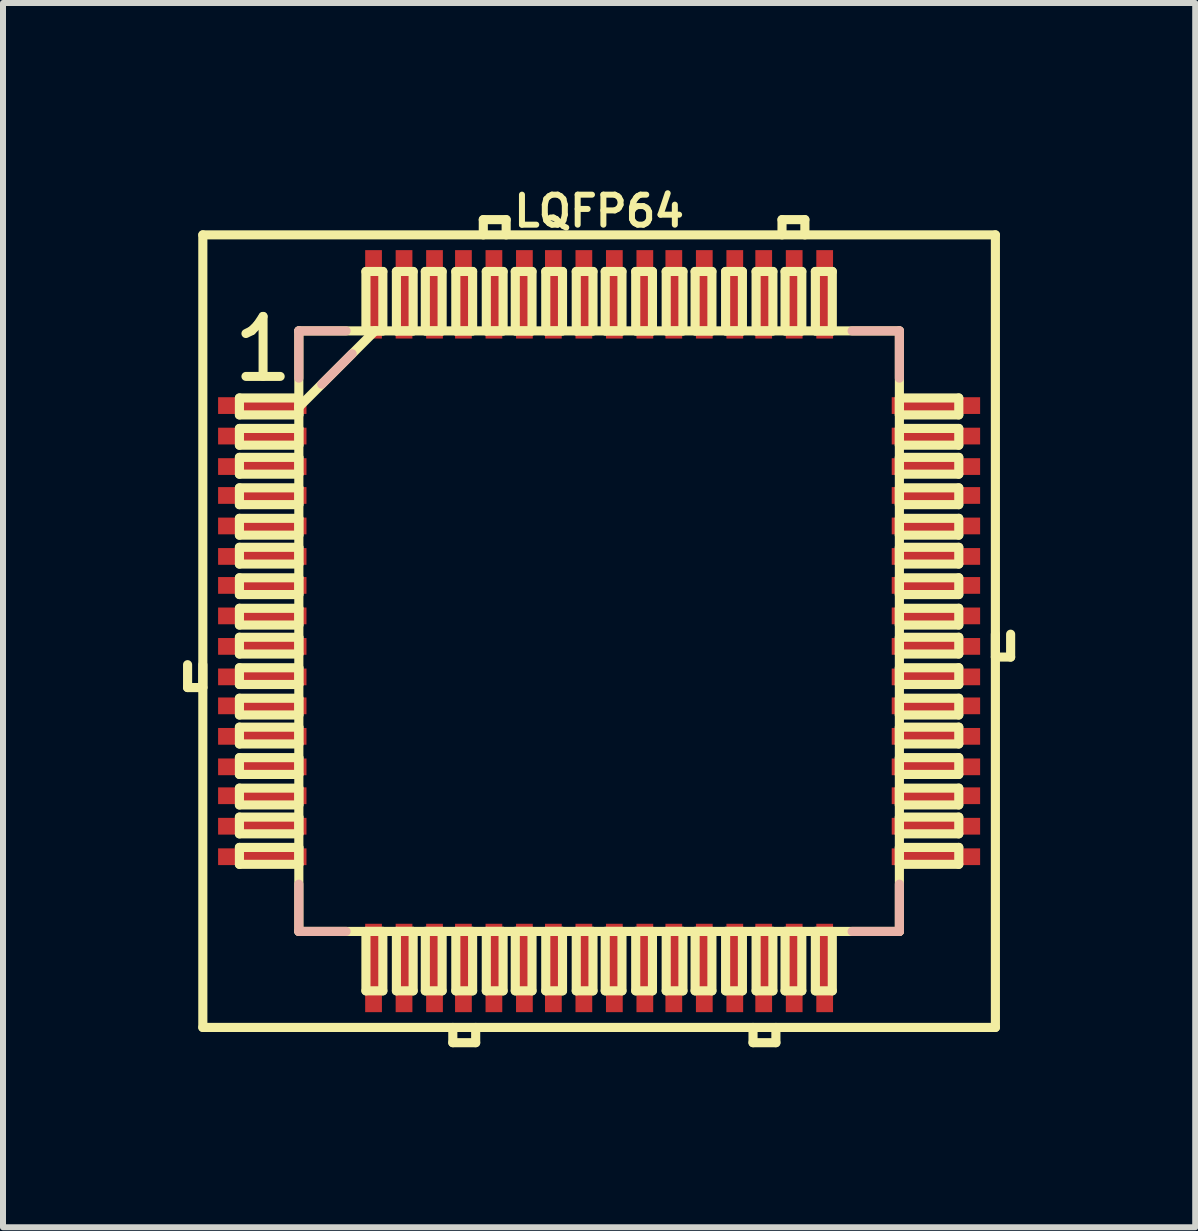
<source format=kicad_pcb>
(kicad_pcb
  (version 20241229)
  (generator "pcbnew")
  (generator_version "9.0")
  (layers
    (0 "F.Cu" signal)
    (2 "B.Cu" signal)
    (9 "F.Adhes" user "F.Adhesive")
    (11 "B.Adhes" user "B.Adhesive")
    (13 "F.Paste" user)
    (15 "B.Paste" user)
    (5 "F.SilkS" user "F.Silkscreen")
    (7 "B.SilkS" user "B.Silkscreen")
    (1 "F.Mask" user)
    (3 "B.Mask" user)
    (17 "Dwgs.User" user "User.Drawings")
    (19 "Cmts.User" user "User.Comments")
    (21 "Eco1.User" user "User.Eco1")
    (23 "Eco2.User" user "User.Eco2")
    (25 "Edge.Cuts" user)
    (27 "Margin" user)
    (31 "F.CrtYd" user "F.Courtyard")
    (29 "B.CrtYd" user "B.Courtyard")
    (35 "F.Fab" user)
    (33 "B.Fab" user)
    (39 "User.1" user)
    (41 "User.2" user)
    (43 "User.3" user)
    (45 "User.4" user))
  (footprint "LQFP64"
    (layer "F.Cu")
    (at 6.934 7.468)
    (property "Reference" "LQFP64" (at 0 -7 0) (layer "F.SilkS") (effects (font (size 0.5 0.5) (thickness 0.1))))
    (attr smd)
    (fp_line (start -6.858 0.559) (end -6.858 0.94) (stroke (width 0.152) (type solid)) (layer "F.SilkS"))
    (fp_line (start -6.858 0.94) (end -6.604 0.94) (stroke (width 0.152) (type solid)) (layer "F.SilkS"))
    (fp_line (start -6.604 -6.604) (end 6.604 -6.604) (stroke (width 0.152) (type solid)) (layer "F.SilkS"))
    (fp_line (start -6.604 0.94) (end -6.604 0.559) (stroke (width 0.152) (type solid)) (layer "F.SilkS"))
    (fp_line (start -6.604 6.604) (end -6.604 -6.604) (stroke (width 0.152) (type solid)) (layer "F.SilkS"))
    (fp_line (start -5.994 -3.886) (end -5.994 -3.604) (stroke (width 0.152) (type solid)) (layer "F.SilkS"))
    (fp_line (start -5.994 -3.604) (end -5.004 -3.604) (stroke (width 0.152) (type solid)) (layer "F.SilkS"))
    (fp_line (start -5.994 -3.378) (end -5.994 -3.099) (stroke (width 0.152) (type solid)) (layer "F.SilkS"))
    (fp_line (start -5.994 -3.099) (end -5.004 -3.099) (stroke (width 0.152) (type solid)) (layer "F.SilkS"))
    (fp_line (start -5.994 -2.896) (end -5.994 -2.616) (stroke (width 0.152) (type solid)) (layer "F.SilkS"))
    (fp_line (start -5.994 -2.616) (end -5.004 -2.616) (stroke (width 0.152) (type solid)) (layer "F.SilkS"))
    (fp_line (start -5.994 -2.388) (end -5.994 -2.108) (stroke (width 0.152) (type solid)) (layer "F.SilkS"))
    (fp_line (start -5.994 -2.108) (end -5.004 -2.108) (stroke (width 0.152) (type solid)) (layer "F.SilkS"))
    (fp_line (start -5.994 -1.88) (end -5.994 -1.6) (stroke (width 0.152) (type solid)) (layer "F.SilkS"))
    (fp_line (start -5.994 -1.6) (end -5.004 -1.6) (stroke (width 0.152) (type solid)) (layer "F.SilkS"))
    (fp_line (start -5.994 -1.397) (end -5.994 -1.118) (stroke (width 0.152) (type solid)) (layer "F.SilkS"))
    (fp_line (start -5.994 -1.118) (end -5.004 -1.118) (stroke (width 0.152) (type solid)) (layer "F.SilkS"))
    (fp_line (start -5.994 -0.889) (end -5.994 -0.61) (stroke (width 0.152) (type solid)) (layer "F.SilkS"))
    (fp_line (start -5.994 -0.61) (end -5.004 -0.61) (stroke (width 0.152) (type solid)) (layer "F.SilkS"))
    (fp_line (start -5.994 -0.381) (end -5.994 -0.102) (stroke (width 0.152) (type solid)) (layer "F.SilkS"))
    (fp_line (start -5.994 -0.102) (end -5.004 -0.102) (stroke (width 0.152) (type solid)) (layer "F.SilkS"))
    (fp_line (start -5.994 0.102) (end -5.994 0.381) (stroke (width 0.152) (type solid)) (layer "F.SilkS"))
    (fp_line (start -5.994 0.381) (end -5.004 0.381) (stroke (width 0.152) (type solid)) (layer "F.SilkS"))
    (fp_line (start -5.994 0.61) (end -5.994 0.889) (stroke (width 0.152) (type solid)) (layer "F.SilkS"))
    (fp_line (start -5.994 0.889) (end -5.004 0.889) (stroke (width 0.152) (type solid)) (layer "F.SilkS"))
    (fp_line (start -5.994 1.118) (end -5.994 1.397) (stroke (width 0.152) (type solid)) (layer "F.SilkS"))
    (fp_line (start -5.994 1.397) (end -5.004 1.397) (stroke (width 0.152) (type solid)) (layer "F.SilkS"))
    (fp_line (start -5.994 1.6) (end -5.994 1.88) (stroke (width 0.152) (type solid)) (layer "F.SilkS"))
    (fp_line (start -5.994 1.88) (end -5.004 1.88) (stroke (width 0.152) (type solid)) (layer "F.SilkS"))
    (fp_line (start -5.994 2.108) (end -5.994 2.388) (stroke (width 0.152) (type solid)) (layer "F.SilkS"))
    (fp_line (start -5.994 2.388) (end -5.004 2.388) (stroke (width 0.152) (type solid)) (layer "F.SilkS"))
    (fp_line (start -5.994 2.616) (end -5.994 2.896) (stroke (width 0.152) (type solid)) (layer "F.SilkS"))
    (fp_line (start -5.994 2.896) (end -5.004 2.896) (stroke (width 0.152) (type solid)) (layer "F.SilkS"))
    (fp_line (start -5.994 3.099) (end -5.994 3.378) (stroke (width 0.152) (type solid)) (layer "F.SilkS"))
    (fp_line (start -5.994 3.378) (end -5.004 3.378) (stroke (width 0.152) (type solid)) (layer "F.SilkS"))
    (fp_line (start -5.994 3.604) (end -5.994 3.886) (stroke (width 0.152) (type solid)) (layer "F.SilkS"))
    (fp_line (start -5.994 3.886) (end -5.004 3.886) (stroke (width 0.152) (type solid)) (layer "F.SilkS"))
    (fp_line (start -5.004 -5.004) (end -5.004 5.004) (stroke (width 0.152) (type solid)) (layer "F.SilkS"))
    (fp_line (start -5.004 -3.886) (end -5.994 -3.886) (stroke (width 0.152) (type solid)) (layer "F.SilkS"))
    (fp_line (start -5.004 -3.734) (end -5.004 -3.886) (stroke (width 0.152) (type solid)) (layer "F.SilkS"))
    (fp_line (start -5.004 -3.734) (end -3.734 -5.004) (stroke (width 0.152) (type solid)) (layer "F.SilkS"))
    (fp_line (start -5.004 -3.604) (end -5.004 -3.734) (stroke (width 0.152) (type solid)) (layer "F.SilkS"))
    (fp_line (start -5.004 -3.378) (end -5.994 -3.378) (stroke (width 0.152) (type solid)) (layer "F.SilkS"))
    (fp_line (start -5.004 -3.099) (end -5.004 -3.378) (stroke (width 0.152) (type solid)) (layer "F.SilkS"))
    (fp_line (start -5.004 -2.896) (end -5.994 -2.896) (stroke (width 0.152) (type solid)) (layer "F.SilkS"))
    (fp_line (start -5.004 -2.616) (end -5.004 -2.896) (stroke (width 0.152) (type solid)) (layer "F.SilkS"))
    (fp_line (start -5.004 -2.388) (end -5.994 -2.388) (stroke (width 0.152) (type solid)) (layer "F.SilkS"))
    (fp_line (start -5.004 -2.108) (end -5.004 -2.388) (stroke (width 0.152) (type solid)) (layer "F.SilkS"))
    (fp_line (start -5.004 -1.88) (end -5.994 -1.88) (stroke (width 0.152) (type solid)) (layer "F.SilkS"))
    (fp_line (start -5.004 -1.6) (end -5.004 -1.88) (stroke (width 0.152) (type solid)) (layer "F.SilkS"))
    (fp_line (start -5.004 -1.397) (end -5.994 -1.397) (stroke (width 0.152) (type solid)) (layer "F.SilkS"))
    (fp_line (start -5.004 -1.118) (end -5.004 -1.397) (stroke (width 0.152) (type solid)) (layer "F.SilkS"))
    (fp_line (start -5.004 -0.889) (end -5.994 -0.889) (stroke (width 0.152) (type solid)) (layer "F.SilkS"))
    (fp_line (start -5.004 -0.61) (end -5.004 -0.889) (stroke (width 0.152) (type solid)) (layer "F.SilkS"))
    (fp_line (start -5.004 -0.381) (end -5.994 -0.381) (stroke (width 0.152) (type solid)) (layer "F.SilkS"))
    (fp_line (start -5.004 -0.102) (end -5.004 -0.381) (stroke (width 0.152) (type solid)) (layer "F.SilkS"))
    (fp_line (start -5.004 0.102) (end -5.994 0.102) (stroke (width 0.152) (type solid)) (layer "F.SilkS"))
    (fp_line (start -5.004 0.381) (end -5.004 0.102) (stroke (width 0.152) (type solid)) (layer "F.SilkS"))
    (fp_line (start -5.004 0.61) (end -5.994 0.61) (stroke (width 0.152) (type solid)) (layer "F.SilkS"))
    (fp_line (start -5.004 0.889) (end -5.004 0.61) (stroke (width 0.152) (type solid)) (layer "F.SilkS"))
    (fp_line (start -5.004 1.118) (end -5.994 1.118) (stroke (width 0.152) (type solid)) (layer "F.SilkS"))
    (fp_line (start -5.004 1.397) (end -5.004 1.118) (stroke (width 0.152) (type solid)) (layer "F.SilkS"))
    (fp_line (start -5.004 1.6) (end -5.994 1.6) (stroke (width 0.152) (type solid)) (layer "F.SilkS"))
    (fp_line (start -5.004 1.88) (end -5.004 1.6) (stroke (width 0.152) (type solid)) (layer "F.SilkS"))
    (fp_line (start -5.004 2.108) (end -5.994 2.108) (stroke (width 0.152) (type solid)) (layer "F.SilkS"))
    (fp_line (start -5.004 2.388) (end -5.004 2.108) (stroke (width 0.152) (type solid)) (layer "F.SilkS"))
    (fp_line (start -5.004 2.616) (end -5.994 2.616) (stroke (width 0.152) (type solid)) (layer "F.SilkS"))
    (fp_line (start -5.004 2.896) (end -5.004 2.616) (stroke (width 0.152) (type solid)) (layer "F.SilkS"))
    (fp_line (start -5.004 3.099) (end -5.994 3.099) (stroke (width 0.152) (type solid)) (layer "F.SilkS"))
    (fp_line (start -5.004 3.378) (end -5.004 3.099) (stroke (width 0.152) (type solid)) (layer "F.SilkS"))
    (fp_line (start -5.004 3.604) (end -5.994 3.604) (stroke (width 0.152) (type solid)) (layer "F.SilkS"))
    (fp_line (start -5.004 3.886) (end -5.004 3.604) (stroke (width 0.152) (type solid)) (layer "F.SilkS"))
    (fp_line (start -5.004 5.004) (end 5.004 5.004) (stroke (width 0.152) (type solid)) (layer "F.SilkS"))
    (fp_line (start -3.886 -5.994) (end -3.886 -5.004) (stroke (width 0.152) (type solid)) (layer "F.SilkS"))
    (fp_line (start -3.886 -5.004) (end -3.734 -5.004) (stroke (width 0.152) (type solid)) (layer "F.SilkS"))
    (fp_line (start -3.886 5.004) (end -3.886 5.994) (stroke (width 0.152) (type solid)) (layer "F.SilkS"))
    (fp_line (start -3.886 5.994) (end -3.604 5.994) (stroke (width 0.152) (type solid)) (layer "F.SilkS"))
    (fp_line (start -3.734 -5.004) (end -3.604 -5.004) (stroke (width 0.152) (type solid)) (layer "F.SilkS"))
    (fp_line (start -3.604 -5.994) (end -3.886 -5.994) (stroke (width 0.152) (type solid)) (layer "F.SilkS"))
    (fp_line (start -3.604 -5.004) (end -3.604 -5.994) (stroke (width 0.152) (type solid)) (layer "F.SilkS"))
    (fp_line (start -3.604 5.004) (end -3.886 5.004) (stroke (width 0.152) (type solid)) (layer "F.SilkS"))
    (fp_line (start -3.604 5.994) (end -3.604 5.004) (stroke (width 0.152) (type solid)) (layer "F.SilkS"))
    (fp_line (start -3.378 -5.994) (end -3.378 -5.004) (stroke (width 0.152) (type solid)) (layer "F.SilkS"))
    (fp_line (start -3.378 -5.004) (end -3.099 -5.004) (stroke (width 0.152) (type solid)) (layer "F.SilkS"))
    (fp_line (start -3.378 5.004) (end -3.378 5.994) (stroke (width 0.152) (type solid)) (layer "F.SilkS"))
    (fp_line (start -3.378 5.994) (end -3.099 5.994) (stroke (width 0.152) (type solid)) (layer "F.SilkS"))
    (fp_line (start -3.099 -5.994) (end -3.378 -5.994) (stroke (width 0.152) (type solid)) (layer "F.SilkS"))
    (fp_line (start -3.099 -5.004) (end -3.099 -5.994) (stroke (width 0.152) (type solid)) (layer "F.SilkS"))
    (fp_line (start -3.099 5.004) (end -3.378 5.004) (stroke (width 0.152) (type solid)) (layer "F.SilkS"))
    (fp_line (start -3.099 5.994) (end -3.099 5.004) (stroke (width 0.152) (type solid)) (layer "F.SilkS"))
    (fp_line (start -2.896 -5.994) (end -2.896 -5.004) (stroke (width 0.152) (type solid)) (layer "F.SilkS"))
    (fp_line (start -2.896 -5.004) (end -2.616 -5.004) (stroke (width 0.152) (type solid)) (layer "F.SilkS"))
    (fp_line (start -2.896 5.004) (end -2.896 5.994) (stroke (width 0.152) (type solid)) (layer "F.SilkS"))
    (fp_line (start -2.896 5.994) (end -2.616 5.994) (stroke (width 0.152) (type solid)) (layer "F.SilkS"))
    (fp_line (start -2.616 -5.994) (end -2.896 -5.994) (stroke (width 0.152) (type solid)) (layer "F.SilkS"))
    (fp_line (start -2.616 -5.004) (end -2.616 -5.994) (stroke (width 0.152) (type solid)) (layer "F.SilkS"))
    (fp_line (start -2.616 5.004) (end -2.896 5.004) (stroke (width 0.152) (type solid)) (layer "F.SilkS"))
    (fp_line (start -2.616 5.994) (end -2.616 5.004) (stroke (width 0.152) (type solid)) (layer "F.SilkS"))
    (fp_line (start -2.438 6.604) (end -2.438 6.858) (stroke (width 0.152) (type solid)) (layer "F.SilkS"))
    (fp_line (start -2.438 6.858) (end -2.057 6.858) (stroke (width 0.152) (type solid)) (layer "F.SilkS"))
    (fp_line (start -2.388 -5.994) (end -2.388 -5.004) (stroke (width 0.152) (type solid)) (layer "F.SilkS"))
    (fp_line (start -2.388 -5.004) (end -2.108 -5.004) (stroke (width 0.152) (type solid)) (layer "F.SilkS"))
    (fp_line (start -2.388 5.004) (end -2.388 5.994) (stroke (width 0.152) (type solid)) (layer "F.SilkS"))
    (fp_line (start -2.388 5.994) (end -2.108 5.994) (stroke (width 0.152) (type solid)) (layer "F.SilkS"))
    (fp_line (start -2.108 -5.994) (end -2.388 -5.994) (stroke (width 0.152) (type solid)) (layer "F.SilkS"))
    (fp_line (start -2.108 -5.004) (end -2.108 -5.994) (stroke (width 0.152) (type solid)) (layer "F.SilkS"))
    (fp_line (start -2.108 5.004) (end -2.388 5.004) (stroke (width 0.152) (type solid)) (layer "F.SilkS"))
    (fp_line (start -2.108 5.994) (end -2.108 5.004) (stroke (width 0.152) (type solid)) (layer "F.SilkS"))
    (fp_line (start -2.057 6.858) (end -2.057 6.604) (stroke (width 0.152) (type solid)) (layer "F.SilkS"))
    (fp_line (start -1.93 -6.858) (end -1.549 -6.858) (stroke (width 0.152) (type solid)) (layer "F.SilkS"))
    (fp_line (start -1.93 -6.604) (end -1.93 -6.858) (stroke (width 0.152) (type solid)) (layer "F.SilkS"))
    (fp_line (start -1.88 -5.994) (end -1.88 -5.004) (stroke (width 0.152) (type solid)) (layer "F.SilkS"))
    (fp_line (start -1.88 -5.004) (end -1.6 -5.004) (stroke (width 0.152) (type solid)) (layer "F.SilkS"))
    (fp_line (start -1.88 5.004) (end -1.88 5.994) (stroke (width 0.152) (type solid)) (layer "F.SilkS"))
    (fp_line (start -1.88 5.994) (end -1.6 5.994) (stroke (width 0.152) (type solid)) (layer "F.SilkS"))
    (fp_line (start -1.6 -5.994) (end -1.88 -5.994) (stroke (width 0.152) (type solid)) (layer "F.SilkS"))
    (fp_line (start -1.6 -5.004) (end -1.6 -5.994) (stroke (width 0.152) (type solid)) (layer "F.SilkS"))
    (fp_line (start -1.6 5.004) (end -1.88 5.004) (stroke (width 0.152) (type solid)) (layer "F.SilkS"))
    (fp_line (start -1.6 5.994) (end -1.6 5.004) (stroke (width 0.152) (type solid)) (layer "F.SilkS"))
    (fp_line (start -1.549 -6.858) (end -1.549 -6.604) (stroke (width 0.152) (type solid)) (layer "F.SilkS"))
    (fp_line (start -1.397 -5.994) (end -1.397 -5.004) (stroke (width 0.152) (type solid)) (layer "F.SilkS"))
    (fp_line (start -1.397 -5.004) (end -1.118 -5.004) (stroke (width 0.152) (type solid)) (layer "F.SilkS"))
    (fp_line (start -1.397 5.004) (end -1.397 5.994) (stroke (width 0.152) (type solid)) (layer "F.SilkS"))
    (fp_line (start -1.397 5.994) (end -1.118 5.994) (stroke (width 0.152) (type solid)) (layer "F.SilkS"))
    (fp_line (start -1.118 -5.994) (end -1.397 -5.994) (stroke (width 0.152) (type solid)) (layer "F.SilkS"))
    (fp_line (start -1.118 -5.004) (end -1.118 -5.994) (stroke (width 0.152) (type solid)) (layer "F.SilkS"))
    (fp_line (start -1.118 5.004) (end -1.397 5.004) (stroke (width 0.152) (type solid)) (layer "F.SilkS"))
    (fp_line (start -1.118 5.994) (end -1.118 5.004) (stroke (width 0.152) (type solid)) (layer "F.SilkS"))
    (fp_line (start -0.889 -5.994) (end -0.889 -5.004) (stroke (width 0.152) (type solid)) (layer "F.SilkS"))
    (fp_line (start -0.889 -5.004) (end -0.61 -5.004) (stroke (width 0.152) (type solid)) (layer "F.SilkS"))
    (fp_line (start -0.889 5.004) (end -0.889 5.994) (stroke (width 0.152) (type solid)) (layer "F.SilkS"))
    (fp_line (start -0.889 5.994) (end -0.61 5.994) (stroke (width 0.152) (type solid)) (layer "F.SilkS"))
    (fp_line (start -0.61 -5.994) (end -0.889 -5.994) (stroke (width 0.152) (type solid)) (layer "F.SilkS"))
    (fp_line (start -0.61 -5.004) (end -0.61 -5.994) (stroke (width 0.152) (type solid)) (layer "F.SilkS"))
    (fp_line (start -0.61 5.004) (end -0.889 5.004) (stroke (width 0.152) (type solid)) (layer "F.SilkS"))
    (fp_line (start -0.61 5.994) (end -0.61 5.004) (stroke (width 0.152) (type solid)) (layer "F.SilkS"))
    (fp_line (start -0.381 -5.994) (end -0.381 -5.004) (stroke (width 0.152) (type solid)) (layer "F.SilkS"))
    (fp_line (start -0.381 -5.004) (end -0.102 -5.004) (stroke (width 0.152) (type solid)) (layer "F.SilkS"))
    (fp_line (start -0.381 5.004) (end -0.381 5.994) (stroke (width 0.152) (type solid)) (layer "F.SilkS"))
    (fp_line (start -0.381 5.994) (end -0.102 5.994) (stroke (width 0.152) (type solid)) (layer "F.SilkS"))
    (fp_line (start -0.102 -5.994) (end -0.381 -5.994) (stroke (width 0.152) (type solid)) (layer "F.SilkS"))
    (fp_line (start -0.102 -5.004) (end -0.102 -5.994) (stroke (width 0.152) (type solid)) (layer "F.SilkS"))
    (fp_line (start -0.102 5.004) (end -0.381 5.004) (stroke (width 0.152) (type solid)) (layer "F.SilkS"))
    (fp_line (start -0.102 5.994) (end -0.102 5.004) (stroke (width 0.152) (type solid)) (layer "F.SilkS"))
    (fp_line (start 0.102 -5.994) (end 0.102 -5.004) (stroke (width 0.152) (type solid)) (layer "F.SilkS"))
    (fp_line (start 0.102 -5.004) (end 0.381 -5.004) (stroke (width 0.152) (type solid)) (layer "F.SilkS"))
    (fp_line (start 0.102 5.004) (end 0.102 5.994) (stroke (width 0.152) (type solid)) (layer "F.SilkS"))
    (fp_line (start 0.102 5.994) (end 0.381 5.994) (stroke (width 0.152) (type solid)) (layer "F.SilkS"))
    (fp_line (start 0.381 -5.994) (end 0.102 -5.994) (stroke (width 0.152) (type solid)) (layer "F.SilkS"))
    (fp_line (start 0.381 -5.004) (end 0.381 -5.994) (stroke (width 0.152) (type solid)) (layer "F.SilkS"))
    (fp_line (start 0.381 5.004) (end 0.102 5.004) (stroke (width 0.152) (type solid)) (layer "F.SilkS"))
    (fp_line (start 0.381 5.994) (end 0.381 5.004) (stroke (width 0.152) (type solid)) (layer "F.SilkS"))
    (fp_line (start 0.61 -5.994) (end 0.61 -5.004) (stroke (width 0.152) (type solid)) (layer "F.SilkS"))
    (fp_line (start 0.61 -5.004) (end 0.889 -5.004) (stroke (width 0.152) (type solid)) (layer "F.SilkS"))
    (fp_line (start 0.61 5.004) (end 0.61 5.994) (stroke (width 0.152) (type solid)) (layer "F.SilkS"))
    (fp_line (start 0.61 5.994) (end 0.889 5.994) (stroke (width 0.152) (type solid)) (layer "F.SilkS"))
    (fp_line (start 0.889 -5.994) (end 0.61 -5.994) (stroke (width 0.152) (type solid)) (layer "F.SilkS"))
    (fp_line (start 0.889 -5.004) (end 0.889 -5.994) (stroke (width 0.152) (type solid)) (layer "F.SilkS"))
    (fp_line (start 0.889 5.004) (end 0.61 5.004) (stroke (width 0.152) (type solid)) (layer "F.SilkS"))
    (fp_line (start 0.889 5.994) (end 0.889 5.004) (stroke (width 0.152) (type solid)) (layer "F.SilkS"))
    (fp_line (start 1.118 -5.994) (end 1.118 -5.004) (stroke (width 0.152) (type solid)) (layer "F.SilkS"))
    (fp_line (start 1.118 -5.004) (end 1.397 -5.004) (stroke (width 0.152) (type solid)) (layer "F.SilkS"))
    (fp_line (start 1.118 5.004) (end 1.118 5.994) (stroke (width 0.152) (type solid)) (layer "F.SilkS"))
    (fp_line (start 1.118 5.994) (end 1.397 5.994) (stroke (width 0.152) (type solid)) (layer "F.SilkS"))
    (fp_line (start 1.397 -5.994) (end 1.118 -5.994) (stroke (width 0.152) (type solid)) (layer "F.SilkS"))
    (fp_line (start 1.397 -5.004) (end 1.397 -5.994) (stroke (width 0.152) (type solid)) (layer "F.SilkS"))
    (fp_line (start 1.397 5.004) (end 1.118 5.004) (stroke (width 0.152) (type solid)) (layer "F.SilkS"))
    (fp_line (start 1.397 5.994) (end 1.397 5.004) (stroke (width 0.152) (type solid)) (layer "F.SilkS"))
    (fp_line (start 1.6 -5.994) (end 1.6 -5.004) (stroke (width 0.152) (type solid)) (layer "F.SilkS"))
    (fp_line (start 1.6 -5.004) (end 1.88 -5.004) (stroke (width 0.152) (type solid)) (layer "F.SilkS"))
    (fp_line (start 1.6 5.004) (end 1.6 5.994) (stroke (width 0.152) (type solid)) (layer "F.SilkS"))
    (fp_line (start 1.6 5.994) (end 1.88 5.994) (stroke (width 0.152) (type solid)) (layer "F.SilkS"))
    (fp_line (start 1.88 -5.994) (end 1.6 -5.994) (stroke (width 0.152) (type solid)) (layer "F.SilkS"))
    (fp_line (start 1.88 -5.004) (end 1.88 -5.994) (stroke (width 0.152) (type solid)) (layer "F.SilkS"))
    (fp_line (start 1.88 5.004) (end 1.6 5.004) (stroke (width 0.152) (type solid)) (layer "F.SilkS"))
    (fp_line (start 1.88 5.994) (end 1.88 5.004) (stroke (width 0.152) (type solid)) (layer "F.SilkS"))
    (fp_line (start 2.108 -5.994) (end 2.108 -5.004) (stroke (width 0.152) (type solid)) (layer "F.SilkS"))
    (fp_line (start 2.108 -5.004) (end 2.388 -5.004) (stroke (width 0.152) (type solid)) (layer "F.SilkS"))
    (fp_line (start 2.108 5.004) (end 2.108 5.994) (stroke (width 0.152) (type solid)) (layer "F.SilkS"))
    (fp_line (start 2.108 5.994) (end 2.388 5.994) (stroke (width 0.152) (type solid)) (layer "F.SilkS"))
    (fp_line (start 2.388 -5.994) (end 2.108 -5.994) (stroke (width 0.152) (type solid)) (layer "F.SilkS"))
    (fp_line (start 2.388 -5.004) (end 2.388 -5.994) (stroke (width 0.152) (type solid)) (layer "F.SilkS"))
    (fp_line (start 2.388 5.004) (end 2.108 5.004) (stroke (width 0.152) (type solid)) (layer "F.SilkS"))
    (fp_line (start 2.388 5.994) (end 2.388 5.004) (stroke (width 0.152) (type solid)) (layer "F.SilkS"))
    (fp_line (start 2.565 6.604) (end 2.565 6.858) (stroke (width 0.152) (type solid)) (layer "F.SilkS"))
    (fp_line (start 2.565 6.858) (end 2.946 6.858) (stroke (width 0.152) (type solid)) (layer "F.SilkS"))
    (fp_line (start 2.616 -5.994) (end 2.616 -5.004) (stroke (width 0.152) (type solid)) (layer "F.SilkS"))
    (fp_line (start 2.616 -5.004) (end 2.896 -5.004) (stroke (width 0.152) (type solid)) (layer "F.SilkS"))
    (fp_line (start 2.616 5.004) (end 2.616 5.994) (stroke (width 0.152) (type solid)) (layer "F.SilkS"))
    (fp_line (start 2.616 5.994) (end 2.896 5.994) (stroke (width 0.152) (type solid)) (layer "F.SilkS"))
    (fp_line (start 2.896 -5.994) (end 2.616 -5.994) (stroke (width 0.152) (type solid)) (layer "F.SilkS"))
    (fp_line (start 2.896 -5.004) (end 2.896 -5.994) (stroke (width 0.152) (type solid)) (layer "F.SilkS"))
    (fp_line (start 2.896 5.004) (end 2.616 5.004) (stroke (width 0.152) (type solid)) (layer "F.SilkS"))
    (fp_line (start 2.896 5.994) (end 2.896 5.004) (stroke (width 0.152) (type solid)) (layer "F.SilkS"))
    (fp_line (start 2.946 6.858) (end 2.946 6.604) (stroke (width 0.152) (type solid)) (layer "F.SilkS"))
    (fp_line (start 3.048 -6.858) (end 3.429 -6.858) (stroke (width 0.152) (type solid)) (layer "F.SilkS"))
    (fp_line (start 3.048 -6.604) (end 3.048 -6.858) (stroke (width 0.152) (type solid)) (layer "F.SilkS"))
    (fp_line (start 3.099 -5.994) (end 3.099 -5.004) (stroke (width 0.152) (type solid)) (layer "F.SilkS"))
    (fp_line (start 3.099 -5.004) (end 3.378 -5.004) (stroke (width 0.152) (type solid)) (layer "F.SilkS"))
    (fp_line (start 3.099 5.004) (end 3.099 5.994) (stroke (width 0.152) (type solid)) (layer "F.SilkS"))
    (fp_line (start 3.099 5.994) (end 3.378 5.994) (stroke (width 0.152) (type solid)) (layer "F.SilkS"))
    (fp_line (start 3.378 -5.994) (end 3.099 -5.994) (stroke (width 0.152) (type solid)) (layer "F.SilkS"))
    (fp_line (start 3.378 -5.004) (end 3.378 -5.994) (stroke (width 0.152) (type solid)) (layer "F.SilkS"))
    (fp_line (start 3.378 5.004) (end 3.099 5.004) (stroke (width 0.152) (type solid)) (layer "F.SilkS"))
    (fp_line (start 3.378 5.994) (end 3.378 5.004) (stroke (width 0.152) (type solid)) (layer "F.SilkS"))
    (fp_line (start 3.429 -6.858) (end 3.429 -6.604) (stroke (width 0.152) (type solid)) (layer "F.SilkS"))
    (fp_line (start 3.604 -5.994) (end 3.604 -5.004) (stroke (width 0.152) (type solid)) (layer "F.SilkS"))
    (fp_line (start 3.604 -5.004) (end 3.886 -5.004) (stroke (width 0.152) (type solid)) (layer "F.SilkS"))
    (fp_line (start 3.604 5.004) (end 3.604 5.994) (stroke (width 0.152) (type solid)) (layer "F.SilkS"))
    (fp_line (start 3.604 5.994) (end 3.886 5.994) (stroke (width 0.152) (type solid)) (layer "F.SilkS"))
    (fp_line (start 3.886 -5.994) (end 3.604 -5.994) (stroke (width 0.152) (type solid)) (layer "F.SilkS"))
    (fp_line (start 3.886 -5.004) (end 3.886 -5.994) (stroke (width 0.152) (type solid)) (layer "F.SilkS"))
    (fp_line (start 3.886 5.004) (end 3.604 5.004) (stroke (width 0.152) (type solid)) (layer "F.SilkS"))
    (fp_line (start 3.886 5.994) (end 3.886 5.004) (stroke (width 0.152) (type solid)) (layer "F.SilkS"))
    (fp_line (start 5.004 -5.004) (end -5.004 -5.004) (stroke (width 0.152) (type solid)) (layer "F.SilkS"))
    (fp_line (start 5.004 -3.886) (end 5.004 -3.604) (stroke (width 0.152) (type solid)) (layer "F.SilkS"))
    (fp_line (start 5.004 -3.604) (end 5.994 -3.604) (stroke (width 0.152) (type solid)) (layer "F.SilkS"))
    (fp_line (start 5.004 -3.378) (end 5.004 -3.099) (stroke (width 0.152) (type solid)) (layer "F.SilkS"))
    (fp_line (start 5.004 -3.099) (end 5.994 -3.099) (stroke (width 0.152) (type solid)) (layer "F.SilkS"))
    (fp_line (start 5.004 -2.896) (end 5.004 -2.616) (stroke (width 0.152) (type solid)) (layer "F.SilkS"))
    (fp_line (start 5.004 -2.616) (end 5.994 -2.616) (stroke (width 0.152) (type solid)) (layer "F.SilkS"))
    (fp_line (start 5.004 -2.388) (end 5.004 -2.108) (stroke (width 0.152) (type solid)) (layer "F.SilkS"))
    (fp_line (start 5.004 -2.108) (end 5.994 -2.108) (stroke (width 0.152) (type solid)) (layer "F.SilkS"))
    (fp_line (start 5.004 -1.88) (end 5.004 -1.6) (stroke (width 0.152) (type solid)) (layer "F.SilkS"))
    (fp_line (start 5.004 -1.6) (end 5.994 -1.6) (stroke (width 0.152) (type solid)) (layer "F.SilkS"))
    (fp_line (start 5.004 -1.397) (end 5.004 -1.118) (stroke (width 0.152) (type solid)) (layer "F.SilkS"))
    (fp_line (start 5.004 -1.118) (end 5.994 -1.118) (stroke (width 0.152) (type solid)) (layer "F.SilkS"))
    (fp_line (start 5.004 -0.889) (end 5.004 -0.61) (stroke (width 0.152) (type solid)) (layer "F.SilkS"))
    (fp_line (start 5.004 -0.61) (end 5.994 -0.61) (stroke (width 0.152) (type solid)) (layer "F.SilkS"))
    (fp_line (start 5.004 -0.381) (end 5.004 -0.102) (stroke (width 0.152) (type solid)) (layer "F.SilkS"))
    (fp_line (start 5.004 -0.102) (end 5.994 -0.102) (stroke (width 0.152) (type solid)) (layer "F.SilkS"))
    (fp_line (start 5.004 0.102) (end 5.004 0.381) (stroke (width 0.152) (type solid)) (layer "F.SilkS"))
    (fp_line (start 5.004 0.381) (end 5.994 0.381) (stroke (width 0.152) (type solid)) (layer "F.SilkS"))
    (fp_line (start 5.004 0.61) (end 5.004 0.889) (stroke (width 0.152) (type solid)) (layer "F.SilkS"))
    (fp_line (start 5.004 0.889) (end 5.994 0.889) (stroke (width 0.152) (type solid)) (layer "F.SilkS"))
    (fp_line (start 5.004 1.118) (end 5.004 1.397) (stroke (width 0.152) (type solid)) (layer "F.SilkS"))
    (fp_line (start 5.004 1.397) (end 5.994 1.397) (stroke (width 0.152) (type solid)) (layer "F.SilkS"))
    (fp_line (start 5.004 1.6) (end 5.004 1.88) (stroke (width 0.152) (type solid)) (layer "F.SilkS"))
    (fp_line (start 5.004 1.88) (end 5.994 1.88) (stroke (width 0.152) (type solid)) (layer "F.SilkS"))
    (fp_line (start 5.004 2.108) (end 5.004 2.388) (stroke (width 0.152) (type solid)) (layer "F.SilkS"))
    (fp_line (start 5.004 2.388) (end 5.994 2.388) (stroke (width 0.152) (type solid)) (layer "F.SilkS"))
    (fp_line (start 5.004 2.616) (end 5.004 2.896) (stroke (width 0.152) (type solid)) (layer "F.SilkS"))
    (fp_line (start 5.004 2.896) (end 5.994 2.896) (stroke (width 0.152) (type solid)) (layer "F.SilkS"))
    (fp_line (start 5.004 3.099) (end 5.004 3.378) (stroke (width 0.152) (type solid)) (layer "F.SilkS"))
    (fp_line (start 5.004 3.378) (end 5.994 3.378) (stroke (width 0.152) (type solid)) (layer "F.SilkS"))
    (fp_line (start 5.004 3.604) (end 5.004 3.886) (stroke (width 0.152) (type solid)) (layer "F.SilkS"))
    (fp_line (start 5.004 3.886) (end 5.994 3.886) (stroke (width 0.152) (type solid)) (layer "F.SilkS"))
    (fp_line (start 5.004 5.004) (end 5.004 -5.004) (stroke (width 0.152) (type solid)) (layer "F.SilkS"))
    (fp_line (start 5.994 -3.886) (end 5.004 -3.886) (stroke (width 0.152) (type solid)) (layer "F.SilkS"))
    (fp_line (start 5.994 -3.604) (end 5.994 -3.886) (stroke (width 0.152) (type solid)) (layer "F.SilkS"))
    (fp_line (start 5.994 -3.378) (end 5.004 -3.378) (stroke (width 0.152) (type solid)) (layer "F.SilkS"))
    (fp_line (start 5.994 -3.099) (end 5.994 -3.378) (stroke (width 0.152) (type solid)) (layer "F.SilkS"))
    (fp_line (start 5.994 -2.896) (end 5.004 -2.896) (stroke (width 0.152) (type solid)) (layer "F.SilkS"))
    (fp_line (start 5.994 -2.616) (end 5.994 -2.896) (stroke (width 0.152) (type solid)) (layer "F.SilkS"))
    (fp_line (start 5.994 -2.388) (end 5.004 -2.388) (stroke (width 0.152) (type solid)) (layer "F.SilkS"))
    (fp_line (start 5.994 -2.108) (end 5.994 -2.388) (stroke (width 0.152) (type solid)) (layer "F.SilkS"))
    (fp_line (start 5.994 -1.88) (end 5.004 -1.88) (stroke (width 0.152) (type solid)) (layer "F.SilkS"))
    (fp_line (start 5.994 -1.6) (end 5.994 -1.88) (stroke (width 0.152) (type solid)) (layer "F.SilkS"))
    (fp_line (start 5.994 -1.397) (end 5.004 -1.397) (stroke (width 0.152) (type solid)) (layer "F.SilkS"))
    (fp_line (start 5.994 -1.118) (end 5.994 -1.397) (stroke (width 0.152) (type solid)) (layer "F.SilkS"))
    (fp_line (start 5.994 -0.889) (end 5.004 -0.889) (stroke (width 0.152) (type solid)) (layer "F.SilkS"))
    (fp_line (start 5.994 -0.61) (end 5.994 -0.889) (stroke (width 0.152) (type solid)) (layer "F.SilkS"))
    (fp_line (start 5.994 -0.381) (end 5.004 -0.381) (stroke (width 0.152) (type solid)) (layer "F.SilkS"))
    (fp_line (start 5.994 -0.102) (end 5.994 -0.381) (stroke (width 0.152) (type solid)) (layer "F.SilkS"))
    (fp_line (start 5.994 0.102) (end 5.004 0.102) (stroke (width 0.152) (type solid)) (layer "F.SilkS"))
    (fp_line (start 5.994 0.381) (end 5.994 0.102) (stroke (width 0.152) (type solid)) (layer "F.SilkS"))
    (fp_line (start 5.994 0.61) (end 5.004 0.61) (stroke (width 0.152) (type solid)) (layer "F.SilkS"))
    (fp_line (start 5.994 0.889) (end 5.994 0.61) (stroke (width 0.152) (type solid)) (layer "F.SilkS"))
    (fp_line (start 5.994 1.118) (end 5.004 1.118) (stroke (width 0.152) (type solid)) (layer "F.SilkS"))
    (fp_line (start 5.994 1.397) (end 5.994 1.118) (stroke (width 0.152) (type solid)) (layer "F.SilkS"))
    (fp_line (start 5.994 1.6) (end 5.004 1.6) (stroke (width 0.152) (type solid)) (layer "F.SilkS"))
    (fp_line (start 5.994 1.88) (end 5.994 1.6) (stroke (width 0.152) (type solid)) (layer "F.SilkS"))
    (fp_line (start 5.994 2.108) (end 5.004 2.108) (stroke (width 0.152) (type solid)) (layer "F.SilkS"))
    (fp_line (start 5.994 2.388) (end 5.994 2.108) (stroke (width 0.152) (type solid)) (layer "F.SilkS"))
    (fp_line (start 5.994 2.616) (end 5.004 2.616) (stroke (width 0.152) (type solid)) (layer "F.SilkS"))
    (fp_line (start 5.994 2.896) (end 5.994 2.616) (stroke (width 0.152) (type solid)) (layer "F.SilkS"))
    (fp_line (start 5.994 3.099) (end 5.004 3.099) (stroke (width 0.152) (type solid)) (layer "F.SilkS"))
    (fp_line (start 5.994 3.378) (end 5.994 3.099) (stroke (width 0.152) (type solid)) (layer "F.SilkS"))
    (fp_line (start 5.994 3.604) (end 5.004 3.604) (stroke (width 0.152) (type solid)) (layer "F.SilkS"))
    (fp_line (start 5.994 3.886) (end 5.994 3.604) (stroke (width 0.152) (type solid)) (layer "F.SilkS"))
    (fp_line (start 6.604 -6.604) (end 6.604 6.604) (stroke (width 0.152) (type solid)) (layer "F.SilkS"))
    (fp_line (start 6.604 0.432) (end 6.604 0.051) (stroke (width 0.152) (type solid)) (layer "F.SilkS"))
    (fp_line (start 6.604 6.604) (end -6.604 6.604) (stroke (width 0.152) (type solid)) (layer "F.SilkS"))
    (fp_line (start 6.858 0.051) (end 6.858 0.432) (stroke (width 0.152) (type solid)) (layer "F.SilkS"))
    (fp_line (start 6.858 0.432) (end 6.604 0.432) (stroke (width 0.152) (type solid)) (layer "F.SilkS"))
    (fp_line (start -5.004 -5.004) (end -5.004 -4.216) (stroke (width 0.152) (type solid)) (layer "B.SilkS"))
    (fp_line (start -5.004 4.216) (end -5.004 5.004) (stroke (width 0.152) (type solid)) (layer "B.SilkS"))
    (fp_line (start -5.004 5.004) (end -4.216 5.004) (stroke (width 0.152) (type solid)) (layer "B.SilkS"))
    (fp_line (start -4.623 -4.115) (end -4.115 -4.623) (stroke (width 0.152) (type solid)) (layer "B.SilkS"))
    (fp_line (start -4.216 -5.004) (end -5.004 -5.004) (stroke (width 0.152) (type solid)) (layer "B.SilkS"))
    (fp_line (start 4.216 5.004) (end 5.004 5.004) (stroke (width 0.152) (type solid)) (layer "B.SilkS"))
    (fp_line (start 5.004 -5.004) (end 4.216 -5.004) (stroke (width 0.152) (type solid)) (layer "B.SilkS"))
    (fp_line (start 5.004 -4.216) (end 5.004 -5.004) (stroke (width 0.152) (type solid)) (layer "B.SilkS"))
    (fp_line (start 5.004 5.004) (end 5.004 4.216) (stroke (width 0.152) (type solid)) (layer "B.SilkS"))
    (fp_text user "1" (at -5.6 -4.7 0) (layer "F.SilkS") (effects (font (size 1 1) (thickness 0.15))))
    (pad "1" smd rect (at -5.613 -3.759 270) (size 0.279 1.473) (layers "F.Cu" "F.Mask" "F.Paste"))
    (pad "2" smd rect (at -5.613 -3.251 270) (size 0.279 1.473) (layers "F.Cu" "F.Mask" "F.Paste"))
    (pad "3" smd rect (at -5.613 -2.743 270) (size 0.279 1.473) (layers "F.Cu" "F.Mask" "F.Paste"))
    (pad "4" smd rect (at -5.613 -2.261 270) (size 0.279 1.473) (layers "F.Cu" "F.Mask" "F.Paste"))
    (pad "5" smd rect (at -5.613 -1.753 270) (size 0.279 1.473) (layers "F.Cu" "F.Mask" "F.Paste"))
    (pad "6" smd rect (at -5.613 -1.245 270) (size 0.279 1.473) (layers "F.Cu" "F.Mask" "F.Paste"))
    (pad "7" smd rect (at -5.613 -0.762 270) (size 0.279 1.473) (layers "F.Cu" "F.Mask" "F.Paste"))
    (pad "8" smd rect (at -5.613 -0.254 270) (size 0.279 1.473) (layers "F.Cu" "F.Mask" "F.Paste"))
    (pad "9" smd rect (at -5.613 0.254 270) (size 0.279 1.473) (layers "F.Cu" "F.Mask" "F.Paste"))
    (pad "10" smd rect (at -5.613 0.762 270) (size 0.279 1.473) (layers "F.Cu" "F.Mask" "F.Paste"))
    (pad "11" smd rect (at -5.613 1.245 270) (size 0.279 1.473) (layers "F.Cu" "F.Mask" "F.Paste"))
    (pad "12" smd rect (at -5.613 1.753 270) (size 0.279 1.473) (layers "F.Cu" "F.Mask" "F.Paste"))
    (pad "13" smd rect (at -5.613 2.261 270) (size 0.279 1.473) (layers "F.Cu" "F.Mask" "F.Paste"))
    (pad "14" smd rect (at -5.613 2.743 270) (size 0.279 1.473) (layers "F.Cu" "F.Mask" "F.Paste"))
    (pad "15" smd rect (at -5.613 3.251 270) (size 0.279 1.473) (layers "F.Cu" "F.Mask" "F.Paste"))
    (pad "16" smd rect (at -5.613 3.759 270) (size 0.279 1.473) (layers "F.Cu" "F.Mask" "F.Paste"))
    (pad "17" smd rect (at -3.759 5.613 180) (size 0.279 1.473) (layers "F.Cu" "F.Mask" "F.Paste"))
    (pad "18" smd rect (at -3.251 5.613 180) (size 0.279 1.473) (layers "F.Cu" "F.Mask" "F.Paste"))
    (pad "19" smd rect (at -2.743 5.613 180) (size 0.279 1.473) (layers "F.Cu" "F.Mask" "F.Paste"))
    (pad "20" smd rect (at -2.261 5.613 180) (size 0.279 1.473) (layers "F.Cu" "F.Mask" "F.Paste"))
    (pad "21" smd rect (at -1.753 5.613 180) (size 0.279 1.473) (layers "F.Cu" "F.Mask" "F.Paste"))
    (pad "22" smd rect (at -1.245 5.613 180) (size 0.279 1.473) (layers "F.Cu" "F.Mask" "F.Paste"))
    (pad "23" smd rect (at -0.762 5.613 180) (size 0.279 1.473) (layers "F.Cu" "F.Mask" "F.Paste"))
    (pad "24" smd rect (at -0.254 5.613 180) (size 0.279 1.473) (layers "F.Cu" "F.Mask" "F.Paste"))
    (pad "25" smd rect (at 0.254 5.613 180) (size 0.279 1.473) (layers "F.Cu" "F.Mask" "F.Paste"))
    (pad "26" smd rect (at 0.762 5.613 180) (size 0.279 1.473) (layers "F.Cu" "F.Mask" "F.Paste"))
    (pad "27" smd rect (at 1.245 5.613 180) (size 0.279 1.473) (layers "F.Cu" "F.Mask" "F.Paste"))
    (pad "28" smd rect (at 1.753 5.613 180) (size 0.279 1.473) (layers "F.Cu" "F.Mask" "F.Paste"))
    (pad "29" smd rect (at 2.261 5.613 180) (size 0.279 1.473) (layers "F.Cu" "F.Mask" "F.Paste"))
    (pad "30" smd rect (at 2.743 5.613 180) (size 0.279 1.473) (layers "F.Cu" "F.Mask" "F.Paste"))
    (pad "31" smd rect (at 3.251 5.613 180) (size 0.279 1.473) (layers "F.Cu" "F.Mask" "F.Paste"))
    (pad "32" smd rect (at 3.759 5.613 180) (size 0.279 1.473) (layers "F.Cu" "F.Mask" "F.Paste"))
    (pad "33" smd rect (at 5.613 3.759 270) (size 0.279 1.473) (layers "F.Cu" "F.Mask" "F.Paste"))
    (pad "34" smd rect (at 5.613 3.251 270) (size 0.279 1.473) (layers "F.Cu" "F.Mask" "F.Paste"))
    (pad "35" smd rect (at 5.613 2.743 270) (size 0.279 1.473) (layers "F.Cu" "F.Mask" "F.Paste"))
    (pad "36" smd rect (at 5.613 2.261 270) (size 0.279 1.473) (layers "F.Cu" "F.Mask" "F.Paste"))
    (pad "37" smd rect (at 5.613 1.753 270) (size 0.279 1.473) (layers "F.Cu" "F.Mask" "F.Paste"))
    (pad "38" smd rect (at 5.613 1.245 270) (size 0.279 1.473) (layers "F.Cu" "F.Mask" "F.Paste"))
    (pad "39" smd rect (at 5.613 0.762 270) (size 0.279 1.473) (layers "F.Cu" "F.Mask" "F.Paste"))
    (pad "40" smd rect (at 5.613 0.254 270) (size 0.279 1.473) (layers "F.Cu" "F.Mask" "F.Paste"))
    (pad "41" smd rect (at 5.613 -0.254 270) (size 0.279 1.473) (layers "F.Cu" "F.Mask" "F.Paste"))
    (pad "42" smd rect (at 5.613 -0.762 270) (size 0.279 1.473) (layers "F.Cu" "F.Mask" "F.Paste"))
    (pad "43" smd rect (at 5.613 -1.245 270) (size 0.279 1.473) (layers "F.Cu" "F.Mask" "F.Paste"))
    (pad "44" smd rect (at 5.613 -1.753 270) (size 0.279 1.473) (layers "F.Cu" "F.Mask" "F.Paste"))
    (pad "45" smd rect (at 5.613 -2.261 270) (size 0.279 1.473) (layers "F.Cu" "F.Mask" "F.Paste"))
    (pad "46" smd rect (at 5.613 -2.743 270) (size 0.279 1.473) (layers "F.Cu" "F.Mask" "F.Paste"))
    (pad "47" smd rect (at 5.613 -3.251 270) (size 0.279 1.473) (layers "F.Cu" "F.Mask" "F.Paste"))
    (pad "48" smd rect (at 5.613 -3.759 270) (size 0.279 1.473) (layers "F.Cu" "F.Mask" "F.Paste"))
    (pad "49" smd rect (at 3.759 -5.613 180) (size 0.279 1.473) (layers "F.Cu" "F.Mask" "F.Paste"))
    (pad "50" smd rect (at 3.251 -5.613 180) (size 0.279 1.473) (layers "F.Cu" "F.Mask" "F.Paste"))
    (pad "51" smd rect (at 2.743 -5.613 180) (size 0.279 1.473) (layers "F.Cu" "F.Mask" "F.Paste"))
    (pad "52" smd rect (at 2.261 -5.613 180) (size 0.279 1.473) (layers "F.Cu" "F.Mask" "F.Paste"))
    (pad "53" smd rect (at 1.753 -5.613 180) (size 0.279 1.473) (layers "F.Cu" "F.Mask" "F.Paste"))
    (pad "54" smd rect (at 1.245 -5.613 180) (size 0.279 1.473) (layers "F.Cu" "F.Mask" "F.Paste"))
    (pad "55" smd rect (at 0.762 -5.613 180) (size 0.279 1.473) (layers "F.Cu" "F.Mask" "F.Paste"))
    (pad "56" smd rect (at 0.254 -5.613 180) (size 0.279 1.473) (layers "F.Cu" "F.Mask" "F.Paste"))
    (pad "57" smd rect (at -0.254 -5.613 180) (size 0.279 1.473) (layers "F.Cu" "F.Mask" "F.Paste"))
    (pad "58" smd rect (at -0.762 -5.613 180) (size 0.279 1.473) (layers "F.Cu" "F.Mask" "F.Paste"))
    (pad "59" smd rect (at -1.245 -5.613 180) (size 0.279 1.473) (layers "F.Cu" "F.Mask" "F.Paste"))
    (pad "60" smd rect (at -1.753 -5.613 180) (size 0.279 1.473) (layers "F.Cu" "F.Mask" "F.Paste"))
    (pad "61" smd rect (at -2.261 -5.613 180) (size 0.279 1.473) (layers "F.Cu" "F.Mask" "F.Paste"))
    (pad "62" smd rect (at -2.743 -5.613 180) (size 0.279 1.473) (layers "F.Cu" "F.Mask" "F.Paste"))
    (pad "63" smd rect (at -3.251 -5.613 180) (size 0.279 1.473) (layers "F.Cu" "F.Mask" "F.Paste"))
    (pad "64" smd rect (at -3.759 -5.613 180) (size 0.279 1.473) (layers "F.Cu" "F.Mask" "F.Paste")))
  (gr_rect
    (start -3 -3)
    (end 16.868 17.402)
    (stroke (width 0.1) (type default))
    (fill no)
    (layer "Edge.Cuts")))
</source>
